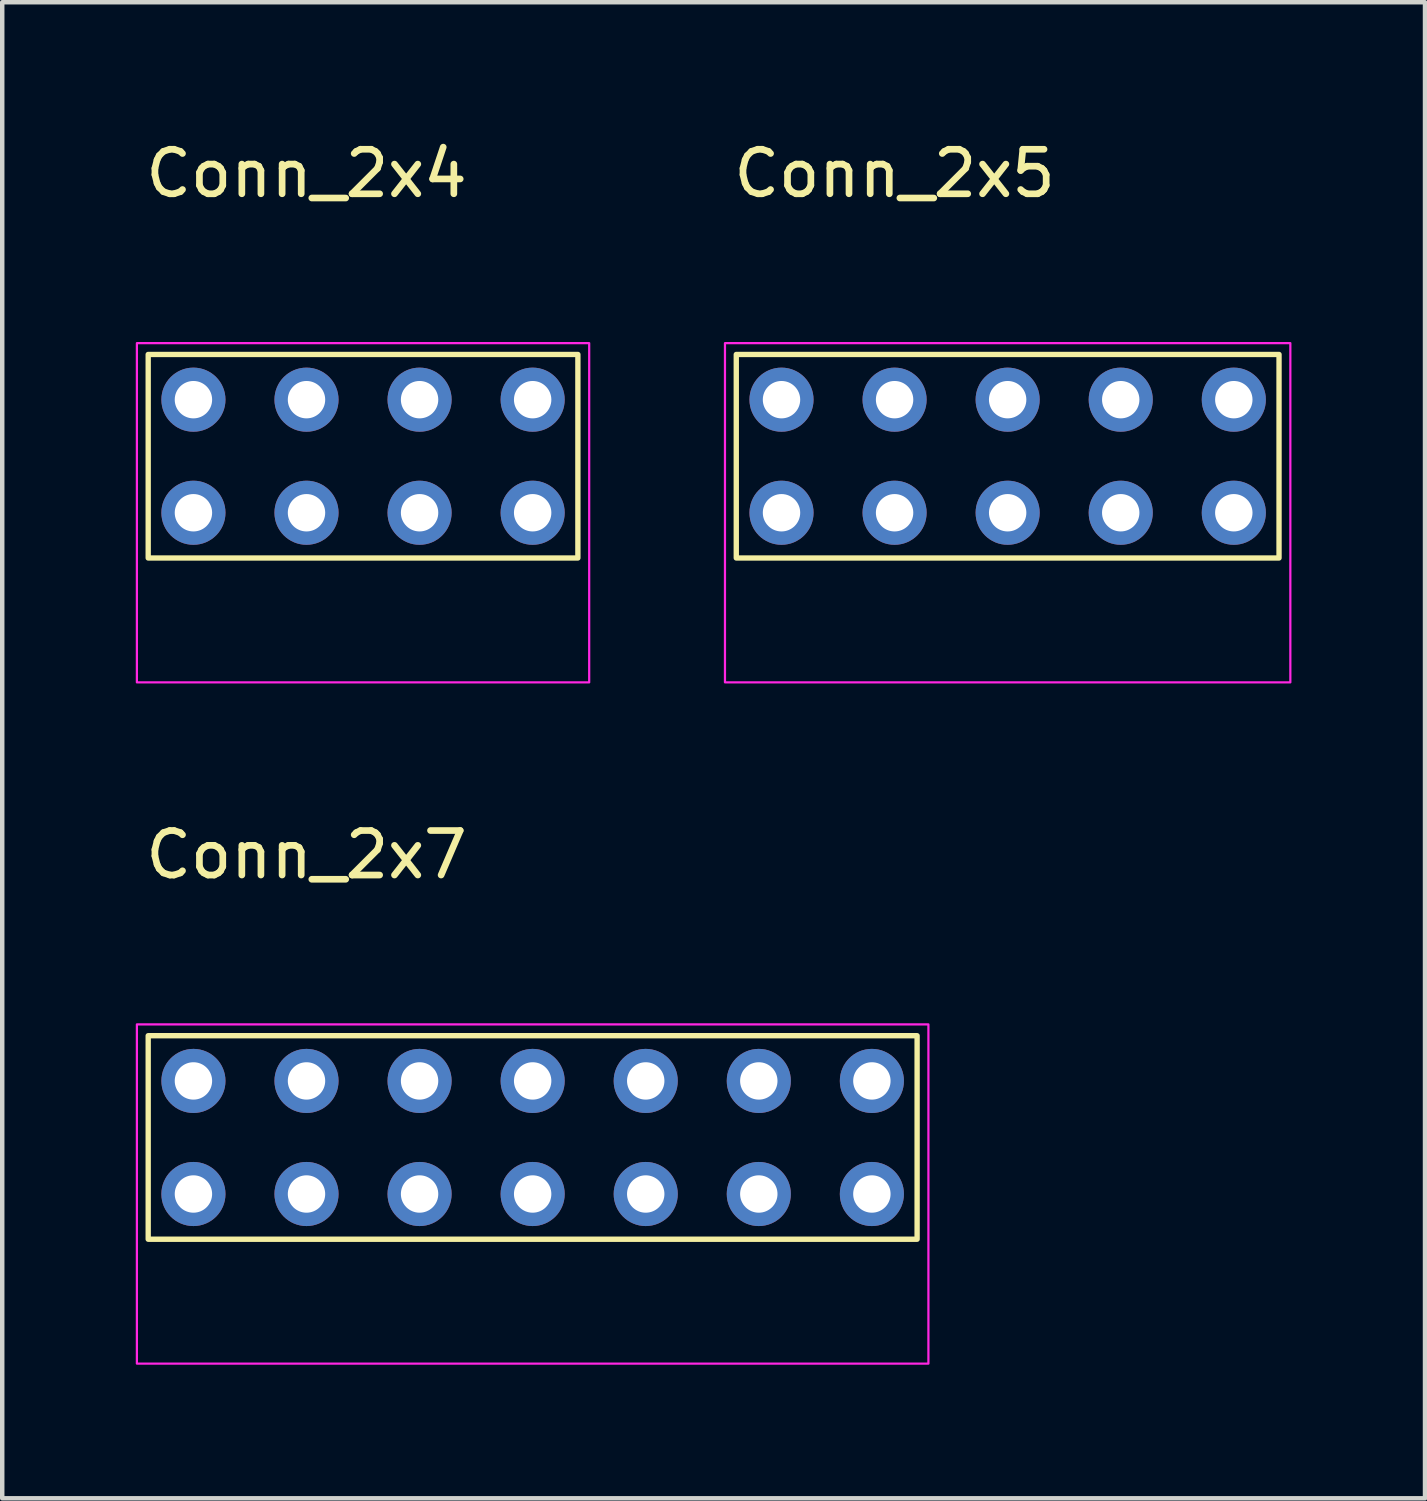
<source format=kicad_pcb>
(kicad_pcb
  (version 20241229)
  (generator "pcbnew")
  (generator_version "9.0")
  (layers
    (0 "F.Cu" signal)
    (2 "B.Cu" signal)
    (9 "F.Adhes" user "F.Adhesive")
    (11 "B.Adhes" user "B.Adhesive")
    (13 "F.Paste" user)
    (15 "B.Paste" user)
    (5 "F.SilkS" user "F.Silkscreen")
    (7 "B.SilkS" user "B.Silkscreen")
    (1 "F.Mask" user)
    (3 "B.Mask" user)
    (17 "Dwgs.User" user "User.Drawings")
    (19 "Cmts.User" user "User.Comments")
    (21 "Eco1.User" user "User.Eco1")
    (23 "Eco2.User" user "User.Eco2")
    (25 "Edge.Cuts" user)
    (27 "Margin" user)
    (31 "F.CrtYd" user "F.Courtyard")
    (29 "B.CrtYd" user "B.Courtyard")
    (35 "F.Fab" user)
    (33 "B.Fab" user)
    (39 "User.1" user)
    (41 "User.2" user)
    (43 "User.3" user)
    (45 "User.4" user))
  (footprint "Conn_2x4"
    (layer "F.Cu")
    (at 1.295 8.468)
    (property "Reference" "Conn_2x4" (at 2.54 -7.62 0) (unlocked yes) (layer "F.SilkS") (effects (font (size 1 1) (thickness 0.15))))
    (attr through_hole)
    (fp_rect (start -1.016 -3.556) (end 8.636 1.016) (stroke (width 0.12) (type default)) (fill no) (layer "F.SilkS"))
    (fp_rect (start -1.27 -3.81) (end 8.89 3.81) (stroke (width 0.05) (type default)) (fill no) (layer "F.CrtYd"))
    (pad "1" thru_hole circle (at 0 0) (size 1.44 1.44) (drill 0.84) (layers "*.Cu" "*.Mask"))
    (pad "2" thru_hole circle (at 2.54 0) (size 1.44 1.44) (drill 0.84) (layers "*.Cu" "*.Mask"))
    (pad "3" thru_hole circle (at 5.08 0) (size 1.44 1.44) (drill 0.84) (layers "*.Cu" "*.Mask"))
    (pad "4" thru_hole circle (at 7.62 0) (size 1.44 1.44) (drill 0.84) (layers "*.Cu" "*.Mask"))
    (pad "5" thru_hole circle (at 0 -2.54) (size 1.44 1.44) (drill 0.84) (layers "*.Cu" "*.Mask"))
    (pad "6" thru_hole circle (at 2.54 -2.54) (size 1.44 1.44) (drill 0.84) (layers "*.Cu" "*.Mask"))
    (pad "7" thru_hole circle (at 5.08 -2.54) (size 1.44 1.44) (drill 0.84) (layers "*.Cu" "*.Mask"))
    (pad "8" thru_hole circle (at 7.62 -2.54) (size 1.44 1.44) (drill 0.84) (layers "*.Cu" "*.Mask")))
  (footprint "Conn_2x7"
    (layer "F.Cu")
    (at 1.295 23.771)
    (property "Reference" "Conn_2x7" (at 2.54 -7.62 0) (unlocked yes) (layer "F.SilkS") (effects (font (size 1 1) (thickness 0.15))))
    (attr through_hole)
    (fp_rect (start -1.016 -3.556) (end 16.256 1.016) (stroke (width 0.12) (type default)) (fill no) (layer "F.SilkS"))
    (fp_rect (start -1.27 -3.81) (end 16.51 3.81) (stroke (width 0.05) (type default)) (fill no) (layer "F.CrtYd"))
    (pad "1" thru_hole circle (at 0 0) (size 1.44 1.44) (drill 0.84) (layers "*.Cu" "*.Mask"))
    (pad "2" thru_hole circle (at 2.54 0) (size 1.44 1.44) (drill 0.84) (layers "*.Cu" "*.Mask"))
    (pad "3" thru_hole circle (at 5.08 0) (size 1.44 1.44) (drill 0.84) (layers "*.Cu" "*.Mask"))
    (pad "4" thru_hole circle (at 7.62 0) (size 1.44 1.44) (drill 0.84) (layers "*.Cu" "*.Mask"))
    (pad "5" thru_hole circle (at 10.16 0) (size 1.44 1.44) (drill 0.84) (layers "*.Cu" "*.Mask"))
    (pad "6" thru_hole circle (at 12.7 0) (size 1.44 1.44) (drill 0.84) (layers "*.Cu" "*.Mask"))
    (pad "7" thru_hole circle (at 15.24 0) (size 1.44 1.44) (drill 0.84) (layers "*.Cu" "*.Mask"))
    (pad "8" thru_hole circle (at 0 -2.54) (size 1.44 1.44) (drill 0.84) (layers "*.Cu" "*.Mask"))
    (pad "9" thru_hole circle (at 2.54 -2.54) (size 1.44 1.44) (drill 0.84) (layers "*.Cu" "*.Mask"))
    (pad "10" thru_hole circle (at 5.08 -2.54) (size 1.44 1.44) (drill 0.84) (layers "*.Cu" "*.Mask"))
    (pad "11" thru_hole circle (at 7.62 -2.54) (size 1.44 1.44) (drill 0.84) (layers "*.Cu" "*.Mask"))
    (pad "12" thru_hole circle (at 10.16 -2.54) (size 1.44 1.44) (drill 0.84) (layers "*.Cu" "*.Mask"))
    (pad "13" thru_hole circle (at 12.7 -2.54) (size 1.44 1.44) (drill 0.84) (layers "*.Cu" "*.Mask"))
    (pad "14" thru_hole circle (at 15.24 -2.54) (size 1.44 1.44) (drill 0.84) (layers "*.Cu" "*.Mask")))
  (footprint "Conn_2x5"
    (layer "F.Cu")
    (at 14.505 8.468)
    (property "Reference" "Conn_2x5" (at 2.54 -7.62 0) (unlocked yes) (layer "F.SilkS") (effects (font (size 1 1) (thickness 0.15))))
    (attr through_hole)
    (fp_rect (start -1.016 -3.556) (end 11.176 1.016) (stroke (width 0.12) (type default)) (fill no) (layer "F.SilkS"))
    (fp_rect (start -1.27 -3.81) (end 11.43 3.81) (stroke (width 0.05) (type default)) (fill no) (layer "F.CrtYd"))
    (pad "1" thru_hole circle (at 0 0) (size 1.44 1.44) (drill 0.84) (layers "*.Cu" "*.Mask"))
    (pad "2" thru_hole circle (at 2.54 0) (size 1.44 1.44) (drill 0.84) (layers "*.Cu" "*.Mask"))
    (pad "3" thru_hole circle (at 5.08 0) (size 1.44 1.44) (drill 0.84) (layers "*.Cu" "*.Mask"))
    (pad "4" thru_hole circle (at 7.62 0) (size 1.44 1.44) (drill 0.84) (layers "*.Cu" "*.Mask"))
    (pad "5" thru_hole circle (at 10.16 0) (size 1.44 1.44) (drill 0.84) (layers "*.Cu" "*.Mask"))
    (pad "6" thru_hole circle (at 0 -2.54) (size 1.44 1.44) (drill 0.84) (layers "*.Cu" "*.Mask"))
    (pad "7" thru_hole circle (at 2.54 -2.54) (size 1.44 1.44) (drill 0.84) (layers "*.Cu" "*.Mask"))
    (pad "8" thru_hole circle (at 5.08 -2.54) (size 1.44 1.44) (drill 0.84) (layers "*.Cu" "*.Mask"))
    (pad "9" thru_hole circle (at 7.62 -2.54) (size 1.44 1.44) (drill 0.84) (layers "*.Cu" "*.Mask"))
    (pad "10" thru_hole circle (at 10.16 -2.54) (size 1.44 1.44) (drill 0.84) (layers "*.Cu" "*.Mask")))
  (gr_rect
    (start -3 -3)
    (end 28.96 30.607)
    (stroke (width 0.1) (type default))
    (fill no)
    (layer "Edge.Cuts")))
</source>
